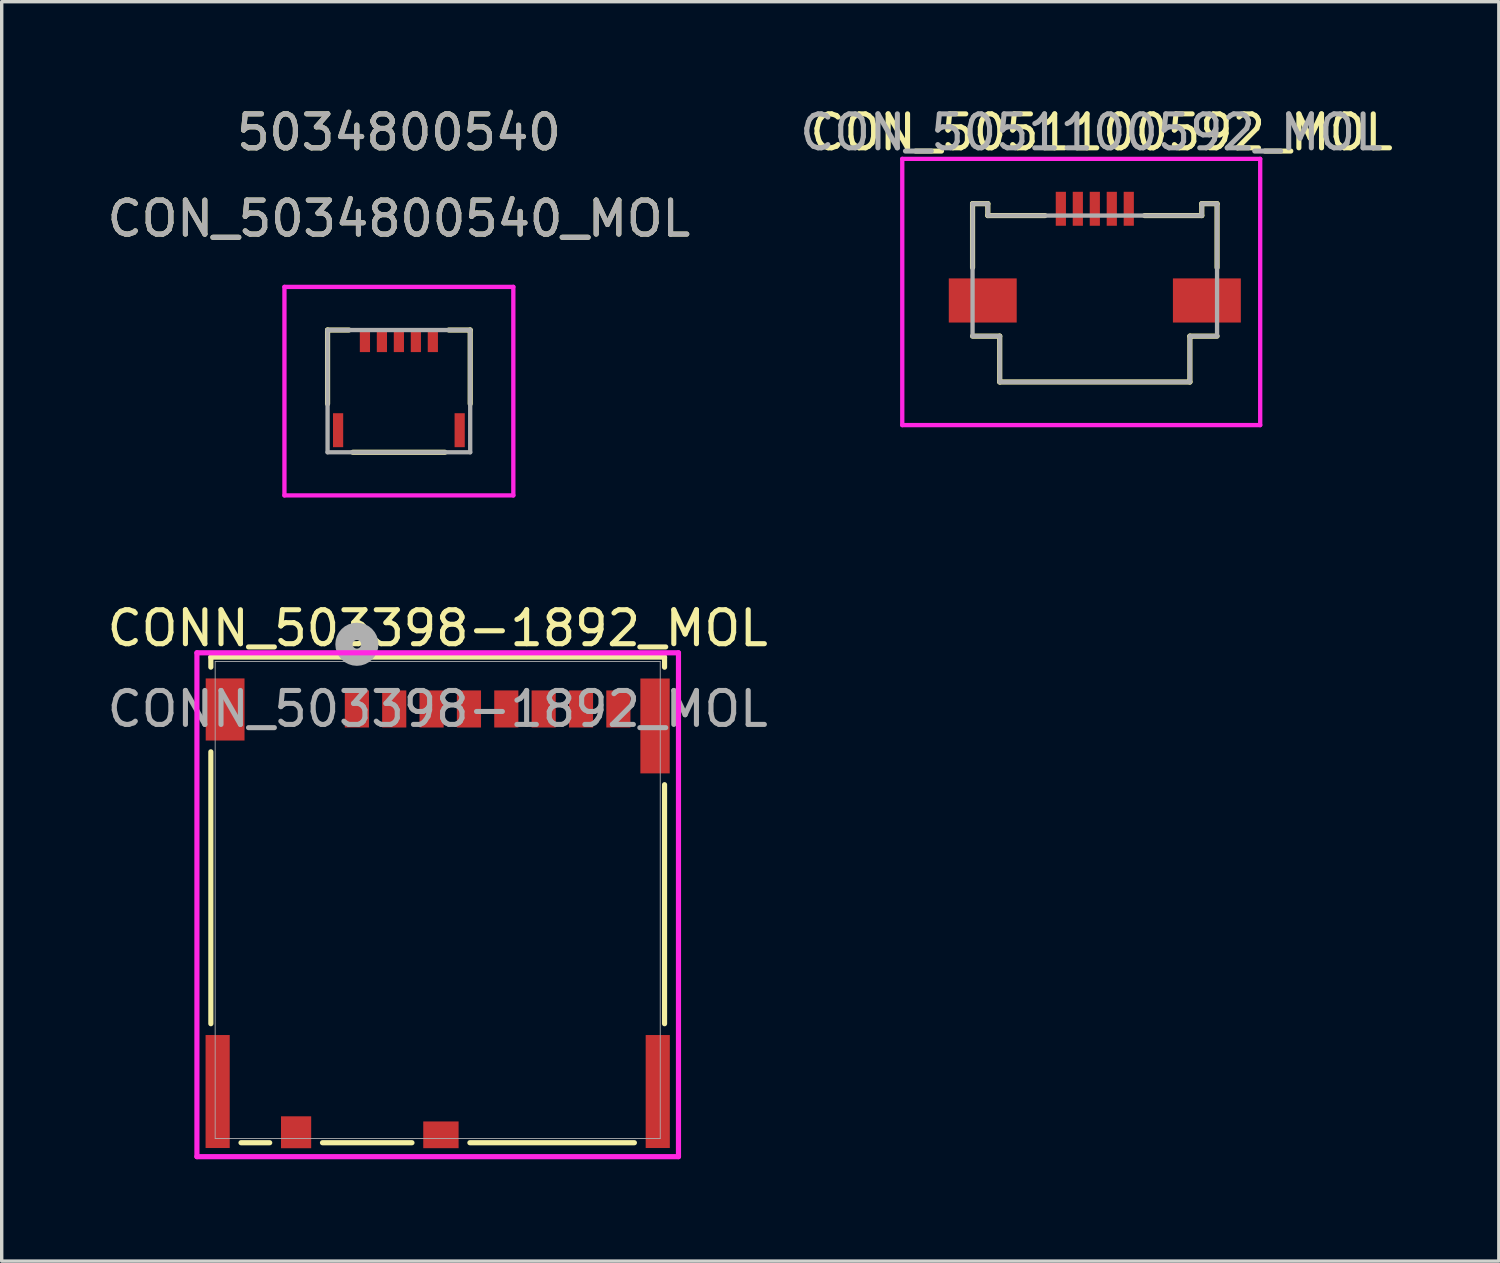
<source format=kicad_pcb>
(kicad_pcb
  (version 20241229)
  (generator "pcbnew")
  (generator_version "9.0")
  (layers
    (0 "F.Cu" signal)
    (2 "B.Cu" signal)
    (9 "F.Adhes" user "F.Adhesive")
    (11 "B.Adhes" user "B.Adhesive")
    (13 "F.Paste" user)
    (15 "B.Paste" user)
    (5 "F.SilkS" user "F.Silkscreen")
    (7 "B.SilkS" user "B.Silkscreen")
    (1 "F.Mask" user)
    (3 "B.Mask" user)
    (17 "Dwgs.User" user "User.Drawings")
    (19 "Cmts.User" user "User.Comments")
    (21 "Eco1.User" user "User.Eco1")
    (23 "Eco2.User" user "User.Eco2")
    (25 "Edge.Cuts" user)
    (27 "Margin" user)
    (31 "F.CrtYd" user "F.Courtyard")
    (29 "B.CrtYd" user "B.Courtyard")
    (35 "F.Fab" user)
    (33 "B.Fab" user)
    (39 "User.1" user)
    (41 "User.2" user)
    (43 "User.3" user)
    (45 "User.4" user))
  (footprint "CON_5051100592_MOL"
    (layer "F.Cu")
    (at 29.189 5.548)
    (property "Reference" "CON_5051100592_MOL" (at 0.2 -4.7 0) (unlocked yes) (layer "F.SilkS") (effects (font (size 1 1) (thickness 0.15))))
    (attr smd)
    (fp_line (start -3.6 -2.6) (end -3.15 -2.6) (stroke (width 0.152) (type solid)) (layer "F.SilkS"))
    (fp_line (start -3.6 -0.718) (end -3.6 -2.6) (stroke (width 0.152) (type solid)) (layer "F.SilkS"))
    (fp_line (start -3.15 -2.6) (end -3.15 -2.25) (stroke (width 0.152) (type solid)) (layer "F.SilkS"))
    (fp_line (start -3.15 -2.25) (end -1.468 -2.25) (stroke (width 0.152) (type solid)) (layer "F.SilkS"))
    (fp_line (start -2.8 1.3) (end -3.6 1.3) (stroke (width 0.152) (type solid)) (layer "F.SilkS"))
    (fp_line (start -2.8 2.65) (end -2.8 1.3) (stroke (width 0.152) (type solid)) (layer "F.SilkS"))
    (fp_line (start -2.8 2.65) (end 2.8 2.65) (stroke (width 0.152) (type solid)) (layer "F.SilkS"))
    (fp_line (start 1.468 -2.25) (end 3.15 -2.25) (stroke (width 0.152) (type solid)) (layer "F.SilkS"))
    (fp_line (start 2.8 1.3) (end 2.8 2.65) (stroke (width 0.152) (type solid)) (layer "F.SilkS"))
    (fp_line (start 3.15 -2.6) (end 3.6 -2.6) (stroke (width 0.152) (type solid)) (layer "F.SilkS"))
    (fp_line (start 3.15 -2.25) (end 3.15 -2.6) (stroke (width 0.152) (type solid)) (layer "F.SilkS"))
    (fp_line (start 3.6 -2.6) (end 3.6 -0.718) (stroke (width 0.152) (type solid)) (layer "F.SilkS"))
    (fp_line (start 3.6 1.3) (end 2.8 1.3) (stroke (width 0.152) (type solid)) (layer "F.SilkS"))
    (fp_line (start -5.67 -3.92) (end -5.67 3.92) (stroke (width 0.127) (type solid)) (layer "F.CrtYd"))
    (fp_line (start -5.67 3.92) (end 4.87 3.92) (stroke (width 0.127) (type solid)) (layer "F.CrtYd"))
    (fp_line (start 4.87 -3.92) (end -5.67 -3.92) (stroke (width 0.127) (type solid)) (layer "F.CrtYd"))
    (fp_line (start 4.87 3.92) (end 4.87 -3.92) (stroke (width 0.127) (type solid)) (layer "F.CrtYd"))
    (fp_line (start -3.6 -2.6) (end -3.15 -2.6) (stroke (width 0.127) (type solid)) (layer "F.Fab"))
    (fp_line (start -3.6 1.3) (end -3.6 -2.6) (stroke (width 0.127) (type solid)) (layer "F.Fab"))
    (fp_line (start -3.15 -2.6) (end -3.15 -2.25) (stroke (width 0.127) (type solid)) (layer "F.Fab"))
    (fp_line (start -3.15 -2.25) (end 3.15 -2.25) (stroke (width 0.127) (type solid)) (layer "F.Fab"))
    (fp_line (start -2.8 1.3) (end -3.6 1.3) (stroke (width 0.127) (type solid)) (layer "F.Fab"))
    (fp_line (start -2.8 2.65) (end -2.8 1.3) (stroke (width 0.127) (type solid)) (layer "F.Fab"))
    (fp_line (start -2.8 2.65) (end 2.8 2.65) (stroke (width 0.127) (type solid)) (layer "F.Fab"))
    (fp_line (start 2.8 1.3) (end 2.8 2.65) (stroke (width 0.127) (type solid)) (layer "F.Fab"))
    (fp_line (start 3.15 -2.6) (end 3.6 -2.6) (stroke (width 0.127) (type solid)) (layer "F.Fab"))
    (fp_line (start 3.15 -2.25) (end 3.15 -2.6) (stroke (width 0.127) (type solid)) (layer "F.Fab"))
    (fp_line (start 3.6 -2.6) (end 3.6 1.3) (stroke (width 0.127) (type solid)) (layer "F.Fab"))
    (fp_line (start 3.6 1.3) (end 2.8 1.3) (stroke (width 0.127) (type solid)) (layer "F.Fab"))
    (fp_text user "${REFERENCE}" (at -0.1 -4.7 0) (unlocked yes) (layer "F.Fab") (effects (font (size 1 1) (thickness 0.15))))
    (pad "1" smd rect (at -1 -2.45) (size 0.3 1) (layers "F.Cu" "F.Mask" "F.Paste"))
    (pad "2" smd rect (at -0.5 -2.45) (size 0.3 1) (layers "F.Cu" "F.Mask" "F.Paste"))
    (pad "3" smd rect (at 0 -2.45) (size 0.3 1) (layers "F.Cu" "F.Mask" "F.Paste"))
    (pad "4" smd rect (at 0.5 -2.45) (size 0.3 1) (layers "F.Cu" "F.Mask" "F.Paste"))
    (pad "5" smd rect (at 1 -2.45) (size 0.3 1) (layers "F.Cu" "F.Mask" "F.Paste"))
    (pad "MP" smd rect (at -3.3 0.25) (size 2 1.3) (layers "F.Cu" "F.Mask" "F.Paste"))
    (pad "MP" smd rect (at 3.3 0.25) (size 2 1.3) (layers "F.Cu" "F.Mask" "F.Paste")))
  (footprint "CONN_503398-1892_MOL"
    (layer "F.Cu")
    (at 9.839 23.45)
    (property "Reference" "CONN_503398-1892_MOL" (at 0 -8 0) (unlocked yes) (layer "F.SilkS") (effects (font (size 1 1) (thickness 0.15))))
    (attr smd)
    (fp_line (start -6.68 -7.15) (end -6.68 -6.855) (stroke (width 0.152) (type solid)) (layer "F.SilkS"))
    (fp_line (start -6.68 -4.361) (end -6.68 3.645) (stroke (width 0.152) (type solid)) (layer "F.SilkS"))
    (fp_line (start -5.792 7.15) (end -4.947 7.15) (stroke (width 0.152) (type solid)) (layer "F.SilkS"))
    (fp_line (start -3.393 7.15) (end -0.758 7.15) (stroke (width 0.152) (type solid)) (layer "F.SilkS"))
    (fp_line (start 0.948 7.15) (end 5.792 7.15) (stroke (width 0.152) (type solid)) (layer "F.SilkS"))
    (fp_line (start 6.68 -7.15) (end -6.68 -7.15) (stroke (width 0.152) (type solid)) (layer "F.SilkS"))
    (fp_line (start 6.68 -6.853) (end 6.68 -7.15) (stroke (width 0.152) (type solid)) (layer "F.SilkS"))
    (fp_line (start 6.68 3.645) (end 6.68 -3.393) (stroke (width 0.152) (type solid)) (layer "F.SilkS"))
    (fp_line (start -7.09 -7.277) (end -7.09 7.56) (stroke (width 0.152) (type solid)) (layer "F.CrtYd"))
    (fp_line (start -7.09 7.56) (end 7.09 7.56) (stroke (width 0.152) (type solid)) (layer "F.CrtYd"))
    (fp_line (start 7.09 -7.277) (end -7.09 -7.277) (stroke (width 0.152) (type solid)) (layer "F.CrtYd"))
    (fp_line (start 7.09 7.56) (end 7.09 -7.277) (stroke (width 0.152) (type solid)) (layer "F.CrtYd"))
    (fp_line (start -6.553 -7.023) (end -6.553 7.023) (stroke (width 0.025) (type solid)) (layer "F.Fab"))
    (fp_line (start -6.553 7.023) (end 6.553 7.023) (stroke (width 0.025) (type solid)) (layer "F.Fab"))
    (fp_line (start 6.553 -7.023) (end -6.553 -7.023) (stroke (width 0.025) (type solid)) (layer "F.Fab"))
    (fp_line (start 6.553 7.023) (end 6.553 -7.023) (stroke (width 0.025) (type solid)) (layer "F.Fab"))
    (fp_circle (center -2.38 -7.528) (end -1.999 -7.528) (stroke (width 0.508) (type solid)) (fill no) (layer "F.Fab"))
    (fp_text user "${REFERENCE}" (at 0 -5.623 0) (unlocked yes) (layer "F.Fab") (effects (font (size 1 1) (thickness 0.15))))
    (pad "1" smd rect (at -2.38 -5.623) (size 0.711 1.092) (layers "F.Cu" "F.Mask" "F.Paste"))
    (pad "2" smd rect (at -1.28 -5.623) (size 0.711 1.092) (layers "F.Cu" "F.Mask" "F.Paste"))
    (pad "3" smd rect (at -0.18 -5.623) (size 0.711 1.092) (layers "F.Cu" "F.Mask" "F.Paste"))
    (pad "4" smd rect (at 0.92 -5.623) (size 0.711 1.092) (layers "F.Cu" "F.Mask" "F.Paste"))
    (pad "5" smd rect (at 2.02 -5.623) (size 0.711 1.092) (layers "F.Cu" "F.Mask" "F.Paste"))
    (pad "6" smd rect (at 3.12 -5.623) (size 0.711 1.092) (layers "F.Cu" "F.Mask" "F.Paste"))
    (pad "7" smd rect (at 4.22 -5.623) (size 0.711 1.092) (layers "F.Cu" "F.Mask" "F.Paste"))
    (pad "8" smd rect (at 5.32 -5.623) (size 0.711 1.092) (layers "F.Cu" "F.Mask" "F.Paste"))
    (pad "9" smd rect (at -4.17 6.842) (size 0.889 0.94) (layers "F.Cu" "F.Mask" "F.Paste"))
    (pad "10" smd rect (at 0.095 6.917) (size 1.041 0.787) (layers "F.Cu" "F.Mask" "F.Paste"))
    (pad "11" smd rect (at -6.26 -5.608) (size 1.143 1.829) (layers "F.Cu" "F.Mask" "F.Paste"))
    (pad "12" smd rect (at -6.48 5.642) (size 0.711 3.327) (layers "F.Cu" "F.Mask" "F.Paste"))
    (pad "13" smd rect (at 6.48 5.642) (size 0.711 3.327) (layers "F.Cu" "F.Mask" "F.Paste"))
    (pad "14" smd rect (at 6.4 -5.123) (size 0.864 2.794) (layers "F.Cu" "F.Mask" "F.Paste")))
  (footprint "CON_5034800540_MOL"
    (layer "F.Cu")
    (at 8.696 8.468)
    (property "Reference" "CON_5034800540_MOL" (at 0 -5.08 0) (unlocked yes) (layer "F.SilkS") (effects (font (size 1 1) (thickness 0.15))))
    (attr smd)
    (fp_line (start -2.1 -1.8) (end -2.1 0.373) (stroke (width 0.152) (type solid)) (layer "F.SilkS"))
    (fp_line (start -1.47 -1.8) (end -2.1 -1.8) (stroke (width 0.152) (type solid)) (layer "F.SilkS"))
    (fp_line (start -1.357 1.8) (end 1.357 1.8) (stroke (width 0.152) (type solid)) (layer "F.SilkS"))
    (fp_line (start 2.1 -1.8) (end 1.47 -1.8) (stroke (width 0.152) (type solid)) (layer "F.SilkS"))
    (fp_line (start 2.1 0.373) (end 2.1 -1.8) (stroke (width 0.152) (type solid)) (layer "F.SilkS"))
    (fp_line (start -3.37 -3.07) (end -3.37 3.07) (stroke (width 0.127) (type solid)) (layer "F.CrtYd"))
    (fp_line (start -3.37 3.07) (end 3.37 3.07) (stroke (width 0.127) (type solid)) (layer "F.CrtYd"))
    (fp_line (start 3.37 -3.07) (end -3.37 -3.07) (stroke (width 0.127) (type solid)) (layer "F.CrtYd"))
    (fp_line (start 3.37 3.07) (end 3.37 -3.07) (stroke (width 0.127) (type solid)) (layer "F.CrtYd"))
    (fp_line (start -2.1 -1.8) (end -2.1 1.8) (stroke (width 0.127) (type solid)) (layer "F.Fab"))
    (fp_line (start -2.1 1.8) (end 2.1 1.8) (stroke (width 0.127) (type solid)) (layer "F.Fab"))
    (fp_line (start 2.1 -1.8) (end -2.1 -1.8) (stroke (width 0.127) (type solid)) (layer "F.Fab"))
    (fp_line (start 2.1 1.8) (end 2.1 -1.8) (stroke (width 0.127) (type solid)) (layer "F.Fab"))
    (fp_text user "5034800540" (at 0 -7.62 0) (unlocked yes) (layer "F.SilkS") (effects (font (size 1 1) (thickness 0.15))))
    (fp_text user "5034800540" (at 0 -7.62 0) (unlocked yes) (layer "F.Fab") (effects (font (size 1 1) (thickness 0.15))))
    (fp_text user "${REFERENCE}" (at 0 -5.08 0) (unlocked yes) (layer "F.Fab") (effects (font (size 1 1) (thickness 0.15))))
    (pad "1" smd rect (at -1 -1.5) (size 0.3 0.7) (layers "F.Cu" "F.Mask" "F.Paste"))
    (pad "2" smd rect (at -0.5 -1.5) (size 0.3 0.7) (layers "F.Cu" "F.Mask" "F.Paste"))
    (pad "3" smd rect (at 0.000005 -1.5) (size 0.3 0.7) (layers "F.Cu" "F.Mask" "F.Paste"))
    (pad "4" smd rect (at 0.5 -1.5) (size 0.3 0.7) (layers "F.Cu" "F.Mask" "F.Paste"))
    (pad "5" smd rect (at 1 -1.5) (size 0.3 0.7) (layers "F.Cu" "F.Mask" "F.Paste"))
    (pad "S1" smd rect (at -1.79 1.15) (size 0.3 1) (layers "F.Cu" "F.Mask" "F.Paste"))
    (pad "S2" smd rect (at 1.79 1.15) (size 0.3 1) (layers "F.Cu" "F.Mask" "F.Paste")))
  (gr_rect
    (start -3 -3)
    (end 41.086 34.086)
    (stroke (width 0.1) (type default))
    (fill no)
    (layer "Edge.Cuts")))
</source>
